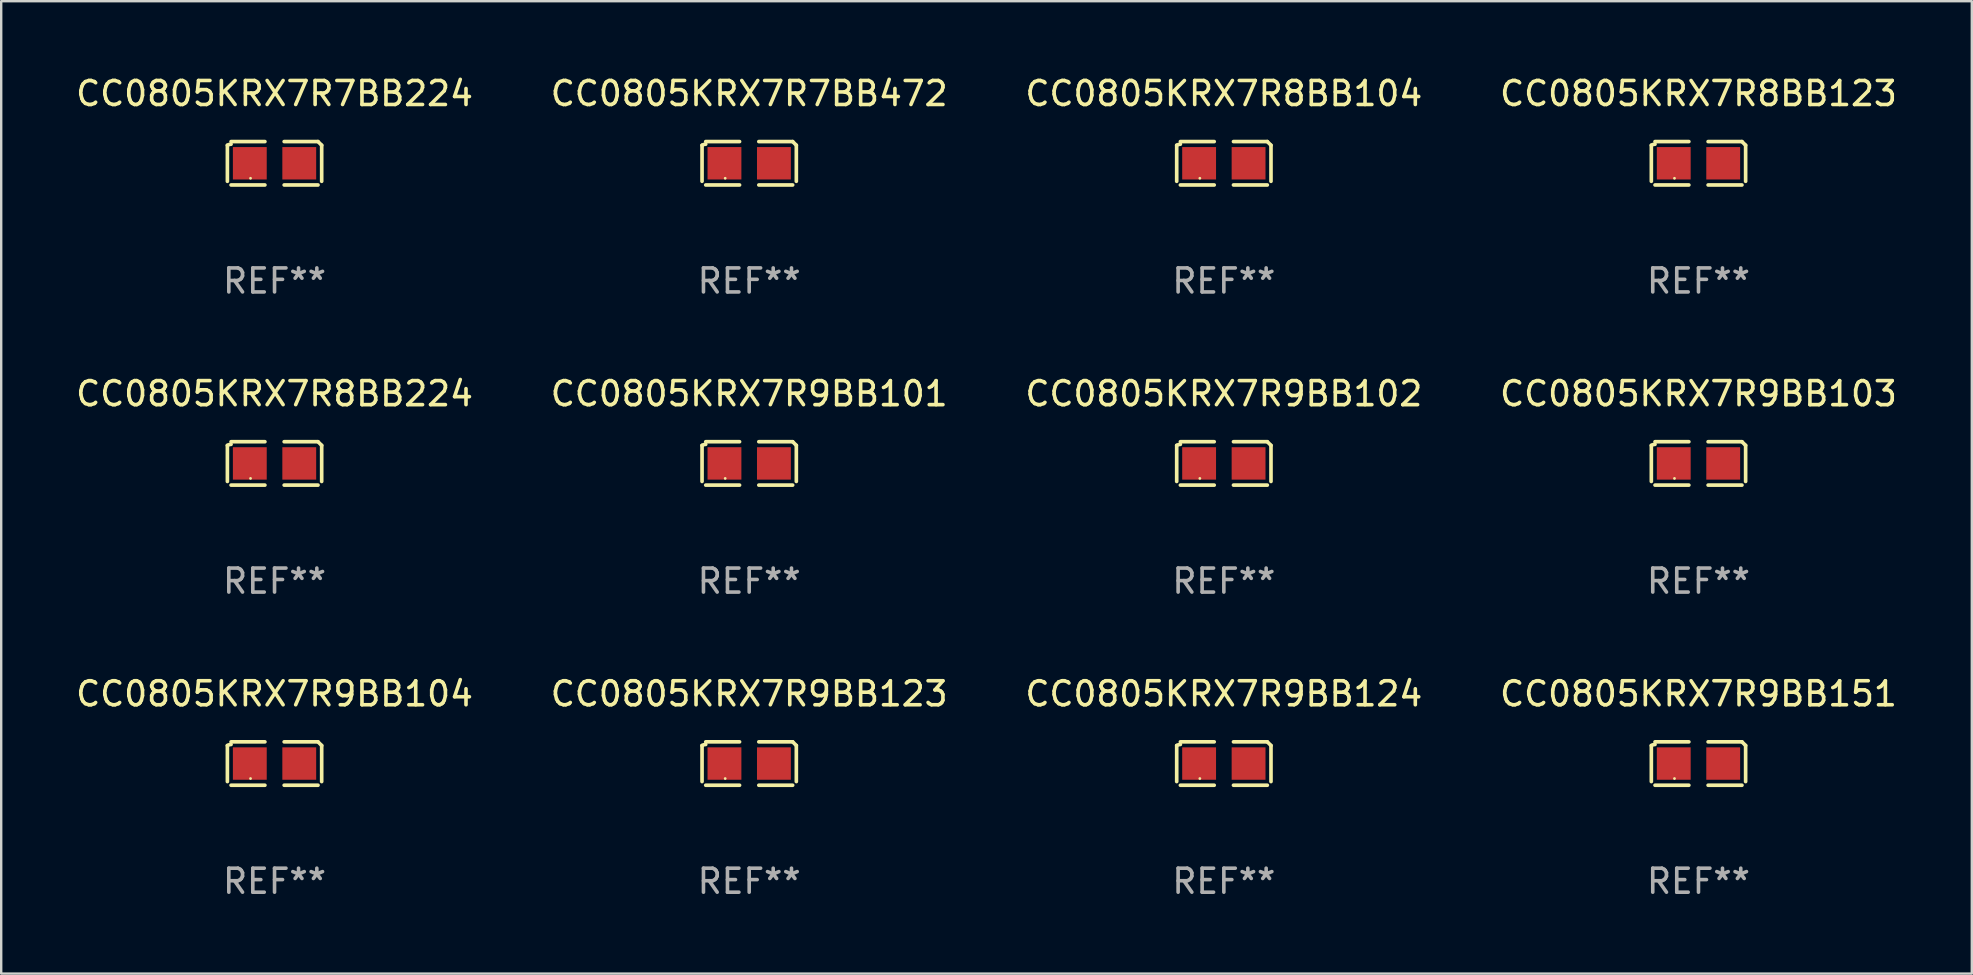
<source format=kicad_pcb>
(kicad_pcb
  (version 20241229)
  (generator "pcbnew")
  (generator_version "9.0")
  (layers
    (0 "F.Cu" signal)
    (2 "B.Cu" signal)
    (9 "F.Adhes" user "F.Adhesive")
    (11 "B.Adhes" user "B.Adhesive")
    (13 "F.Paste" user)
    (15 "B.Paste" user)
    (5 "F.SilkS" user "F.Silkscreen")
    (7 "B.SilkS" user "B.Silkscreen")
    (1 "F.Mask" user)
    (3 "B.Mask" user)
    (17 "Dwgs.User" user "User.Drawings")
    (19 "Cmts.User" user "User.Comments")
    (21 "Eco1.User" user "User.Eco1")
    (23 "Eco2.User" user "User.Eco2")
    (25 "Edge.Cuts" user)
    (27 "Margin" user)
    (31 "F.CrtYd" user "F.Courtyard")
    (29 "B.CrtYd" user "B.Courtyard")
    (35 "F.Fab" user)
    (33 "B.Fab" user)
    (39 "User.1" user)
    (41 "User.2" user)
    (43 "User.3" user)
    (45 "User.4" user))
  (footprint "CC0805KRX7R9BB101"
    (layer "F.Cu")
    (at 28.161 16.256)
    (property "Reference" "CC0805KRX7R9BB101" (at 0 -2.904 0) (layer "F.SilkS") (effects (font (size 1 1) (thickness 0.15))))
    (attr through_hole)
    (fp_line (start -1.964 0.751) (end -1.964 -0.751) (stroke (width 0.152) (type solid)) (layer "F.SilkS"))
    (fp_line (start -1.811 -0.904) (end -0.401 -0.904) (stroke (width 0.152) (type solid)) (layer "F.SilkS"))
    (fp_line (start -0.401 0.904) (end -1.811 0.904) (stroke (width 0.152) (type solid)) (layer "F.SilkS"))
    (fp_line (start 0.401 0.904) (end 1.811 0.904) (stroke (width 0.152) (type solid)) (layer "F.SilkS"))
    (fp_line (start 1.811 -0.904) (end 0.401 -0.904) (stroke (width 0.152) (type solid)) (layer "F.SilkS"))
    (fp_line (start 1.964 0.751) (end 1.964 -0.751) (stroke (width 0.152) (type solid)) (layer "F.SilkS"))
    (fp_arc (start -1.963602 -0.751207) (mid -1.890354 -0.783131) (end -1.811201 -0.794044) (stroke (width 0.1524) (type solid)) (layer "F.SilkS"))
    (fp_arc (start 1.811202 -0.903607) (mid 1.887413 -0.827418) (end 1.963602 -0.751207) (stroke (width 0.1524) (type solid)) (layer "F.SilkS"))
    (fp_circle (center -1 0.625) (end -0.97 0.625) (stroke (width 0.06) (type solid)) (fill no) (layer "F.SilkS"))
    (fp_text user "REF**" (at 0 4.904 0) (layer "F.Fab") (effects (font (size 1 1) (thickness 0.15))))
    (pad "1" smd rect (at -1.03 0) (size 1.41 1.35) (layers "F.Cu" "F.Mask" "F.Paste"))
    (pad "2" smd rect (at 1.03 0) (size 1.41 1.35) (layers "F.Cu" "F.Mask" "F.Paste")))
  (footprint "CC0805KRX7R7BB472"
    (layer "F.Cu")
    (at 28.161 3.752)
    (property "Reference" "CC0805KRX7R7BB472" (at 0 -2.904 0) (layer "F.SilkS") (effects (font (size 1 1) (thickness 0.15))))
    (attr through_hole)
    (fp_line (start -1.964 0.751) (end -1.964 -0.751) (stroke (width 0.152) (type solid)) (layer "F.SilkS"))
    (fp_line (start -1.811 -0.904) (end -0.401 -0.904) (stroke (width 0.152) (type solid)) (layer "F.SilkS"))
    (fp_line (start -0.401 0.904) (end -1.811 0.904) (stroke (width 0.152) (type solid)) (layer "F.SilkS"))
    (fp_line (start 0.401 0.904) (end 1.811 0.904) (stroke (width 0.152) (type solid)) (layer "F.SilkS"))
    (fp_line (start 1.811 -0.904) (end 0.401 -0.904) (stroke (width 0.152) (type solid)) (layer "F.SilkS"))
    (fp_line (start 1.964 0.751) (end 1.964 -0.751) (stroke (width 0.152) (type solid)) (layer "F.SilkS"))
    (fp_arc (start -1.963602 -0.751207) (mid -1.890354 -0.783131) (end -1.811201 -0.794044) (stroke (width 0.1524) (type solid)) (layer "F.SilkS"))
    (fp_arc (start 1.811202 -0.903607) (mid 1.887413 -0.827418) (end 1.963602 -0.751207) (stroke (width 0.1524) (type solid)) (layer "F.SilkS"))
    (fp_circle (center -1 0.625) (end -0.97 0.625) (stroke (width 0.06) (type solid)) (fill no) (layer "F.SilkS"))
    (fp_text user "REF**" (at 0 4.904 0) (layer "F.Fab") (effects (font (size 1 1) (thickness 0.15))))
    (pad "1" smd rect (at -1.03 0) (size 1.41 1.35) (layers "F.Cu" "F.Mask" "F.Paste"))
    (pad "2" smd rect (at 1.03 0) (size 1.41 1.35) (layers "F.Cu" "F.Mask" "F.Paste")))
  (footprint "CC0805KRX7R9BB102"
    (layer "F.Cu")
    (at 47.935 16.256)
    (property "Reference" "CC0805KRX7R9BB102" (at 0 -2.904 0) (layer "F.SilkS") (effects (font (size 1 1) (thickness 0.15))))
    (attr through_hole)
    (fp_line (start -1.964 0.751) (end -1.964 -0.751) (stroke (width 0.152) (type solid)) (layer "F.SilkS"))
    (fp_line (start -1.811 -0.904) (end -0.401 -0.904) (stroke (width 0.152) (type solid)) (layer "F.SilkS"))
    (fp_line (start -0.401 0.904) (end -1.811 0.904) (stroke (width 0.152) (type solid)) (layer "F.SilkS"))
    (fp_line (start 0.401 0.904) (end 1.811 0.904) (stroke (width 0.152) (type solid)) (layer "F.SilkS"))
    (fp_line (start 1.811 -0.904) (end 0.401 -0.904) (stroke (width 0.152) (type solid)) (layer "F.SilkS"))
    (fp_line (start 1.964 0.751) (end 1.964 -0.751) (stroke (width 0.152) (type solid)) (layer "F.SilkS"))
    (fp_arc (start -1.963602 -0.751207) (mid -1.890354 -0.783131) (end -1.811201 -0.794044) (stroke (width 0.1524) (type solid)) (layer "F.SilkS"))
    (fp_arc (start 1.811202 -0.903607) (mid 1.887413 -0.827418) (end 1.963602 -0.751207) (stroke (width 0.1524) (type solid)) (layer "F.SilkS"))
    (fp_circle (center -1 0.625) (end -0.97 0.625) (stroke (width 0.06) (type solid)) (fill no) (layer "F.SilkS"))
    (fp_text user "REF**" (at 0 4.904 0) (layer "F.Fab") (effects (font (size 1 1) (thickness 0.15))))
    (pad "1" smd rect (at -1.03 0) (size 1.41 1.35) (layers "F.Cu" "F.Mask" "F.Paste"))
    (pad "2" smd rect (at 1.03 0) (size 1.41 1.35) (layers "F.Cu" "F.Mask" "F.Paste")))
  (footprint "CC0805KRX7R9BB151"
    (layer "F.Cu")
    (at 67.708 28.759)
    (property "Reference" "CC0805KRX7R9BB151" (at 0 -2.904 0) (layer "F.SilkS") (effects (font (size 1 1) (thickness 0.15))))
    (attr through_hole)
    (fp_line (start -1.964 0.751) (end -1.964 -0.751) (stroke (width 0.152) (type solid)) (layer "F.SilkS"))
    (fp_line (start -1.811 -0.904) (end -0.401 -0.904) (stroke (width 0.152) (type solid)) (layer "F.SilkS"))
    (fp_line (start -0.401 0.904) (end -1.811 0.904) (stroke (width 0.152) (type solid)) (layer "F.SilkS"))
    (fp_line (start 0.401 0.904) (end 1.811 0.904) (stroke (width 0.152) (type solid)) (layer "F.SilkS"))
    (fp_line (start 1.811 -0.904) (end 0.401 -0.904) (stroke (width 0.152) (type solid)) (layer "F.SilkS"))
    (fp_line (start 1.964 0.751) (end 1.964 -0.751) (stroke (width 0.152) (type solid)) (layer "F.SilkS"))
    (fp_arc (start -1.963602 -0.751207) (mid -1.890354 -0.783131) (end -1.811201 -0.794044) (stroke (width 0.1524) (type solid)) (layer "F.SilkS"))
    (fp_arc (start 1.811202 -0.903607) (mid 1.887413 -0.827418) (end 1.963602 -0.751207) (stroke (width 0.1524) (type solid)) (layer "F.SilkS"))
    (fp_circle (center -1 0.625) (end -0.97 0.625) (stroke (width 0.06) (type solid)) (fill no) (layer "F.SilkS"))
    (fp_text user "REF**" (at 0 4.904 0) (layer "F.Fab") (effects (font (size 1 1) (thickness 0.15))))
    (pad "1" smd rect (at -1.03 0) (size 1.41 1.35) (layers "F.Cu" "F.Mask" "F.Paste"))
    (pad "2" smd rect (at 1.03 0) (size 1.41 1.35) (layers "F.Cu" "F.Mask" "F.Paste")))
  (footprint "CC0805KRX7R8BB104"
    (layer "F.Cu")
    (at 47.935 3.752)
    (property "Reference" "CC0805KRX7R8BB104" (at 0 -2.904 0) (layer "F.SilkS") (effects (font (size 1 1) (thickness 0.15))))
    (attr through_hole)
    (fp_line (start -1.964 0.751) (end -1.964 -0.751) (stroke (width 0.152) (type solid)) (layer "F.SilkS"))
    (fp_line (start -1.811 -0.904) (end -0.401 -0.904) (stroke (width 0.152) (type solid)) (layer "F.SilkS"))
    (fp_line (start -0.401 0.904) (end -1.811 0.904) (stroke (width 0.152) (type solid)) (layer "F.SilkS"))
    (fp_line (start 0.401 0.904) (end 1.811 0.904) (stroke (width 0.152) (type solid)) (layer "F.SilkS"))
    (fp_line (start 1.811 -0.904) (end 0.401 -0.904) (stroke (width 0.152) (type solid)) (layer "F.SilkS"))
    (fp_line (start 1.964 0.751) (end 1.964 -0.751) (stroke (width 0.152) (type solid)) (layer "F.SilkS"))
    (fp_arc (start -1.963602 -0.751207) (mid -1.890354 -0.783131) (end -1.811201 -0.794044) (stroke (width 0.1524) (type solid)) (layer "F.SilkS"))
    (fp_arc (start 1.811202 -0.903607) (mid 1.887413 -0.827418) (end 1.963602 -0.751207) (stroke (width 0.1524) (type solid)) (layer "F.SilkS"))
    (fp_circle (center -1 0.625) (end -0.97 0.625) (stroke (width 0.06) (type solid)) (fill no) (layer "F.SilkS"))
    (fp_text user "REF**" (at 0 4.904 0) (layer "F.Fab") (effects (font (size 1 1) (thickness 0.15))))
    (pad "1" smd rect (at -1.03 0) (size 1.41 1.35) (layers "F.Cu" "F.Mask" "F.Paste"))
    (pad "2" smd rect (at 1.03 0) (size 1.41 1.35) (layers "F.Cu" "F.Mask" "F.Paste")))
  (footprint "CC0805KRX7R8BB123"
    (layer "F.Cu")
    (at 67.708 3.752)
    (property "Reference" "CC0805KRX7R8BB123" (at 0 -2.904 0) (layer "F.SilkS") (effects (font (size 1 1) (thickness 0.15))))
    (attr through_hole)
    (fp_line (start -1.964 0.751) (end -1.964 -0.751) (stroke (width 0.152) (type solid)) (layer "F.SilkS"))
    (fp_line (start -1.811 -0.904) (end -0.401 -0.904) (stroke (width 0.152) (type solid)) (layer "F.SilkS"))
    (fp_line (start -0.401 0.904) (end -1.811 0.904) (stroke (width 0.152) (type solid)) (layer "F.SilkS"))
    (fp_line (start 0.401 0.904) (end 1.811 0.904) (stroke (width 0.152) (type solid)) (layer "F.SilkS"))
    (fp_line (start 1.811 -0.904) (end 0.401 -0.904) (stroke (width 0.152) (type solid)) (layer "F.SilkS"))
    (fp_line (start 1.964 0.751) (end 1.964 -0.751) (stroke (width 0.152) (type solid)) (layer "F.SilkS"))
    (fp_arc (start -1.963602 -0.751207) (mid -1.890354 -0.783131) (end -1.811201 -0.794044) (stroke (width 0.1524) (type solid)) (layer "F.SilkS"))
    (fp_arc (start 1.811202 -0.903607) (mid 1.887413 -0.827418) (end 1.963602 -0.751207) (stroke (width 0.1524) (type solid)) (layer "F.SilkS"))
    (fp_circle (center -1 0.625) (end -0.97 0.625) (stroke (width 0.06) (type solid)) (fill no) (layer "F.SilkS"))
    (fp_text user "REF**" (at 0 4.904 0) (layer "F.Fab") (effects (font (size 1 1) (thickness 0.15))))
    (pad "1" smd rect (at -1.03 0) (size 1.41 1.35) (layers "F.Cu" "F.Mask" "F.Paste"))
    (pad "2" smd rect (at 1.03 0) (size 1.41 1.35) (layers "F.Cu" "F.Mask" "F.Paste")))
  (footprint "CC0805KRX7R9BB123"
    (layer "F.Cu")
    (at 28.161 28.759)
    (property "Reference" "CC0805KRX7R9BB123" (at 0 -2.904 0) (layer "F.SilkS") (effects (font (size 1 1) (thickness 0.15))))
    (attr through_hole)
    (fp_line (start -1.964 0.751) (end -1.964 -0.751) (stroke (width 0.152) (type solid)) (layer "F.SilkS"))
    (fp_line (start -1.811 -0.904) (end -0.401 -0.904) (stroke (width 0.152) (type solid)) (layer "F.SilkS"))
    (fp_line (start -0.401 0.904) (end -1.811 0.904) (stroke (width 0.152) (type solid)) (layer "F.SilkS"))
    (fp_line (start 0.401 0.904) (end 1.811 0.904) (stroke (width 0.152) (type solid)) (layer "F.SilkS"))
    (fp_line (start 1.811 -0.904) (end 0.401 -0.904) (stroke (width 0.152) (type solid)) (layer "F.SilkS"))
    (fp_line (start 1.964 0.751) (end 1.964 -0.751) (stroke (width 0.152) (type solid)) (layer "F.SilkS"))
    (fp_arc (start -1.963602 -0.751207) (mid -1.890354 -0.783131) (end -1.811201 -0.794044) (stroke (width 0.1524) (type solid)) (layer "F.SilkS"))
    (fp_arc (start 1.811202 -0.903607) (mid 1.887413 -0.827418) (end 1.963602 -0.751207) (stroke (width 0.1524) (type solid)) (layer "F.SilkS"))
    (fp_circle (center -1 0.625) (end -0.97 0.625) (stroke (width 0.06) (type solid)) (fill no) (layer "F.SilkS"))
    (fp_text user "REF**" (at 0 4.904 0) (layer "F.Fab") (effects (font (size 1 1) (thickness 0.15))))
    (pad "1" smd rect (at -1.03 0) (size 1.41 1.35) (layers "F.Cu" "F.Mask" "F.Paste"))
    (pad "2" smd rect (at 1.03 0) (size 1.41 1.35) (layers "F.Cu" "F.Mask" "F.Paste")))
  (footprint "CC0805KRX7R7BB224"
    (layer "F.Cu")
    (at 8.387 3.752)
    (property "Reference" "CC0805KRX7R7BB224" (at 0 -2.904 0) (layer "F.SilkS") (effects (font (size 1 1) (thickness 0.15))))
    (attr through_hole)
    (fp_line (start -1.964 0.751) (end -1.964 -0.751) (stroke (width 0.152) (type solid)) (layer "F.SilkS"))
    (fp_line (start -1.811 -0.904) (end -0.401 -0.904) (stroke (width 0.152) (type solid)) (layer "F.SilkS"))
    (fp_line (start -0.401 0.904) (end -1.811 0.904) (stroke (width 0.152) (type solid)) (layer "F.SilkS"))
    (fp_line (start 0.401 0.904) (end 1.811 0.904) (stroke (width 0.152) (type solid)) (layer "F.SilkS"))
    (fp_line (start 1.811 -0.904) (end 0.401 -0.904) (stroke (width 0.152) (type solid)) (layer "F.SilkS"))
    (fp_line (start 1.964 0.751) (end 1.964 -0.751) (stroke (width 0.152) (type solid)) (layer "F.SilkS"))
    (fp_arc (start -1.963602 -0.751207) (mid -1.890354 -0.783131) (end -1.811201 -0.794044) (stroke (width 0.1524) (type solid)) (layer "F.SilkS"))
    (fp_arc (start 1.811202 -0.903607) (mid 1.887413 -0.827418) (end 1.963602 -0.751207) (stroke (width 0.1524) (type solid)) (layer "F.SilkS"))
    (fp_circle (center -1 0.625) (end -0.97 0.625) (stroke (width 0.06) (type solid)) (fill no) (layer "F.SilkS"))
    (fp_text user "REF**" (at 0 4.904 0) (layer "F.Fab") (effects (font (size 1 1) (thickness 0.15))))
    (pad "1" smd rect (at -1.03 0) (size 1.41 1.35) (layers "F.Cu" "F.Mask" "F.Paste"))
    (pad "2" smd rect (at 1.03 0) (size 1.41 1.35) (layers "F.Cu" "F.Mask" "F.Paste")))
  (footprint "CC0805KRX7R8BB224"
    (layer "F.Cu")
    (at 8.387 16.256)
    (property "Reference" "CC0805KRX7R8BB224" (at 0 -2.904 0) (layer "F.SilkS") (effects (font (size 1 1) (thickness 0.15))))
    (attr through_hole)
    (fp_line (start -1.964 0.751) (end -1.964 -0.751) (stroke (width 0.152) (type solid)) (layer "F.SilkS"))
    (fp_line (start -1.811 -0.904) (end -0.401 -0.904) (stroke (width 0.152) (type solid)) (layer "F.SilkS"))
    (fp_line (start -0.401 0.904) (end -1.811 0.904) (stroke (width 0.152) (type solid)) (layer "F.SilkS"))
    (fp_line (start 0.401 0.904) (end 1.811 0.904) (stroke (width 0.152) (type solid)) (layer "F.SilkS"))
    (fp_line (start 1.811 -0.904) (end 0.401 -0.904) (stroke (width 0.152) (type solid)) (layer "F.SilkS"))
    (fp_line (start 1.964 0.751) (end 1.964 -0.751) (stroke (width 0.152) (type solid)) (layer "F.SilkS"))
    (fp_arc (start -1.963602 -0.751207) (mid -1.890354 -0.783131) (end -1.811201 -0.794044) (stroke (width 0.1524) (type solid)) (layer "F.SilkS"))
    (fp_arc (start 1.811202 -0.903607) (mid 1.887413 -0.827418) (end 1.963602 -0.751207) (stroke (width 0.1524) (type solid)) (layer "F.SilkS"))
    (fp_circle (center -1 0.625) (end -0.97 0.625) (stroke (width 0.06) (type solid)) (fill no) (layer "F.SilkS"))
    (fp_text user "REF**" (at 0 4.904 0) (layer "F.Fab") (effects (font (size 1 1) (thickness 0.15))))
    (pad "1" smd rect (at -1.03 0) (size 1.41 1.35) (layers "F.Cu" "F.Mask" "F.Paste"))
    (pad "2" smd rect (at 1.03 0) (size 1.41 1.35) (layers "F.Cu" "F.Mask" "F.Paste")))
  (footprint "CC0805KRX7R9BB103"
    (layer "F.Cu")
    (at 67.708 16.256)
    (property "Reference" "CC0805KRX7R9BB103" (at 0 -2.904 0) (layer "F.SilkS") (effects (font (size 1 1) (thickness 0.15))))
    (attr through_hole)
    (fp_line (start -1.964 0.751) (end -1.964 -0.751) (stroke (width 0.152) (type solid)) (layer "F.SilkS"))
    (fp_line (start -1.811 -0.904) (end -0.401 -0.904) (stroke (width 0.152) (type solid)) (layer "F.SilkS"))
    (fp_line (start -0.401 0.904) (end -1.811 0.904) (stroke (width 0.152) (type solid)) (layer "F.SilkS"))
    (fp_line (start 0.401 0.904) (end 1.811 0.904) (stroke (width 0.152) (type solid)) (layer "F.SilkS"))
    (fp_line (start 1.811 -0.904) (end 0.401 -0.904) (stroke (width 0.152) (type solid)) (layer "F.SilkS"))
    (fp_line (start 1.964 0.751) (end 1.964 -0.751) (stroke (width 0.152) (type solid)) (layer "F.SilkS"))
    (fp_arc (start -1.963602 -0.751207) (mid -1.890354 -0.783131) (end -1.811201 -0.794044) (stroke (width 0.1524) (type solid)) (layer "F.SilkS"))
    (fp_arc (start 1.811202 -0.903607) (mid 1.887413 -0.827418) (end 1.963602 -0.751207) (stroke (width 0.1524) (type solid)) (layer "F.SilkS"))
    (fp_circle (center -1 0.625) (end -0.97 0.625) (stroke (width 0.06) (type solid)) (fill no) (layer "F.SilkS"))
    (fp_text user "REF**" (at 0 4.904 0) (layer "F.Fab") (effects (font (size 1 1) (thickness 0.15))))
    (pad "1" smd rect (at -1.03 0) (size 1.41 1.35) (layers "F.Cu" "F.Mask" "F.Paste"))
    (pad "2" smd rect (at 1.03 0) (size 1.41 1.35) (layers "F.Cu" "F.Mask" "F.Paste")))
  (footprint "CC0805KRX7R9BB124"
    (layer "F.Cu")
    (at 47.935 28.759)
    (property "Reference" "CC0805KRX7R9BB124" (at 0 -2.904 0) (layer "F.SilkS") (effects (font (size 1 1) (thickness 0.15))))
    (attr through_hole)
    (fp_line (start -1.964 0.751) (end -1.964 -0.751) (stroke (width 0.152) (type solid)) (layer "F.SilkS"))
    (fp_line (start -1.811 -0.904) (end -0.401 -0.904) (stroke (width 0.152) (type solid)) (layer "F.SilkS"))
    (fp_line (start -0.401 0.904) (end -1.811 0.904) (stroke (width 0.152) (type solid)) (layer "F.SilkS"))
    (fp_line (start 0.401 0.904) (end 1.811 0.904) (stroke (width 0.152) (type solid)) (layer "F.SilkS"))
    (fp_line (start 1.811 -0.904) (end 0.401 -0.904) (stroke (width 0.152) (type solid)) (layer "F.SilkS"))
    (fp_line (start 1.964 0.751) (end 1.964 -0.751) (stroke (width 0.152) (type solid)) (layer "F.SilkS"))
    (fp_arc (start -1.963602 -0.751207) (mid -1.890354 -0.783131) (end -1.811201 -0.794044) (stroke (width 0.1524) (type solid)) (layer "F.SilkS"))
    (fp_arc (start 1.811202 -0.903607) (mid 1.887413 -0.827418) (end 1.963602 -0.751207) (stroke (width 0.1524) (type solid)) (layer "F.SilkS"))
    (fp_circle (center -1 0.625) (end -0.97 0.625) (stroke (width 0.06) (type solid)) (fill no) (layer "F.SilkS"))
    (fp_text user "REF**" (at 0 4.904 0) (layer "F.Fab") (effects (font (size 1 1) (thickness 0.15))))
    (pad "1" smd rect (at -1.03 0) (size 1.41 1.35) (layers "F.Cu" "F.Mask" "F.Paste"))
    (pad "2" smd rect (at 1.03 0) (size 1.41 1.35) (layers "F.Cu" "F.Mask" "F.Paste")))
  (footprint "CC0805KRX7R9BB104"
    (layer "F.Cu")
    (at 8.387 28.759)
    (property "Reference" "CC0805KRX7R9BB104" (at 0 -2.904 0) (layer "F.SilkS") (effects (font (size 1 1) (thickness 0.15))))
    (attr through_hole)
    (fp_line (start -1.964 0.751) (end -1.964 -0.751) (stroke (width 0.152) (type solid)) (layer "F.SilkS"))
    (fp_line (start -1.811 -0.904) (end -0.401 -0.904) (stroke (width 0.152) (type solid)) (layer "F.SilkS"))
    (fp_line (start -0.401 0.904) (end -1.811 0.904) (stroke (width 0.152) (type solid)) (layer "F.SilkS"))
    (fp_line (start 0.401 0.904) (end 1.811 0.904) (stroke (width 0.152) (type solid)) (layer "F.SilkS"))
    (fp_line (start 1.811 -0.904) (end 0.401 -0.904) (stroke (width 0.152) (type solid)) (layer "F.SilkS"))
    (fp_line (start 1.964 0.751) (end 1.964 -0.751) (stroke (width 0.152) (type solid)) (layer "F.SilkS"))
    (fp_arc (start -1.963602 -0.751207) (mid -1.890354 -0.783131) (end -1.811201 -0.794044) (stroke (width 0.1524) (type solid)) (layer "F.SilkS"))
    (fp_arc (start 1.811202 -0.903607) (mid 1.887413 -0.827418) (end 1.963602 -0.751207) (stroke (width 0.1524) (type solid)) (layer "F.SilkS"))
    (fp_circle (center -1 0.625) (end -0.97 0.625) (stroke (width 0.06) (type solid)) (fill no) (layer "F.SilkS"))
    (fp_text user "REF**" (at 0 4.904 0) (layer "F.Fab") (effects (font (size 1 1) (thickness 0.15))))
    (pad "1" smd rect (at -1.03 0) (size 1.41 1.35) (layers "F.Cu" "F.Mask" "F.Paste"))
    (pad "2" smd rect (at 1.03 0) (size 1.41 1.35) (layers "F.Cu" "F.Mask" "F.Paste")))
  (gr_rect
    (start -3 -3)
    (end 79.095 37.511)
    (stroke (width 0.1) (type default))
    (fill no)
    (layer "Edge.Cuts")))
</source>
